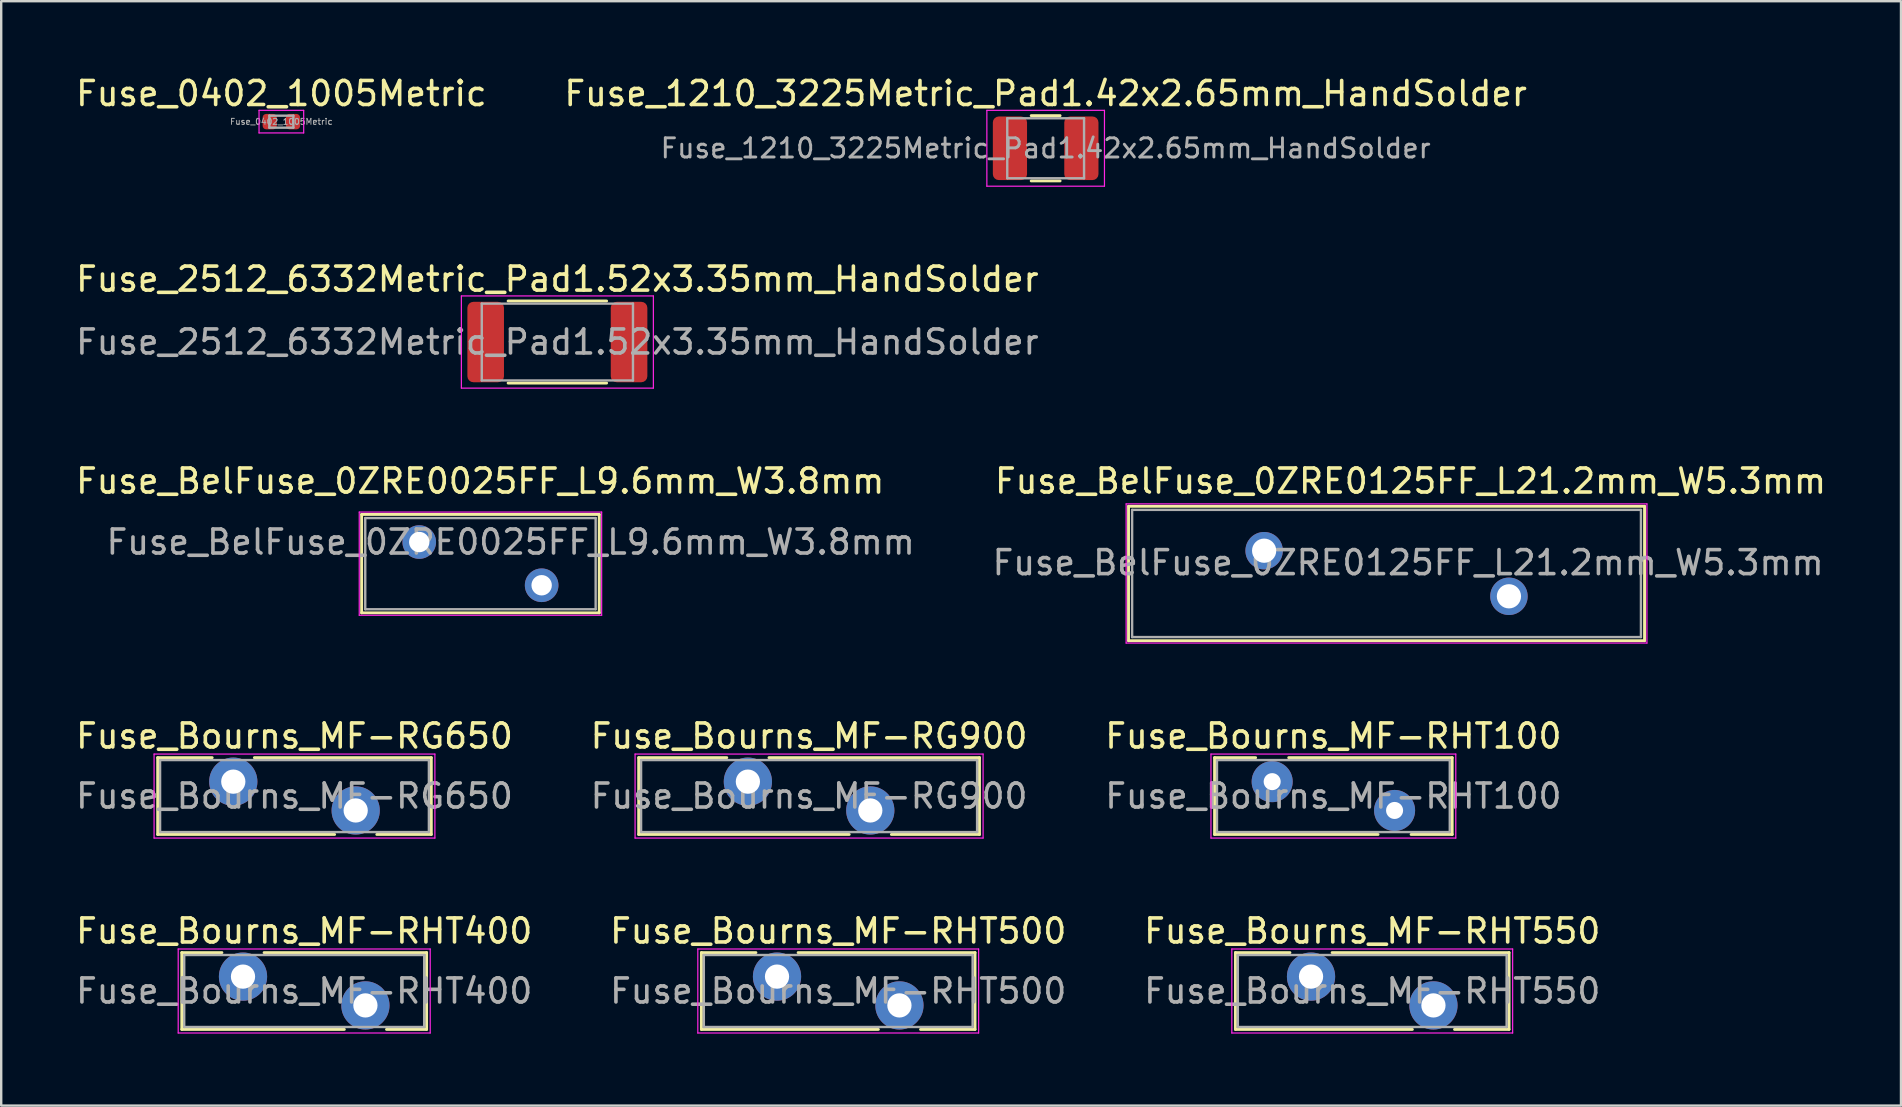
<source format=kicad_pcb>
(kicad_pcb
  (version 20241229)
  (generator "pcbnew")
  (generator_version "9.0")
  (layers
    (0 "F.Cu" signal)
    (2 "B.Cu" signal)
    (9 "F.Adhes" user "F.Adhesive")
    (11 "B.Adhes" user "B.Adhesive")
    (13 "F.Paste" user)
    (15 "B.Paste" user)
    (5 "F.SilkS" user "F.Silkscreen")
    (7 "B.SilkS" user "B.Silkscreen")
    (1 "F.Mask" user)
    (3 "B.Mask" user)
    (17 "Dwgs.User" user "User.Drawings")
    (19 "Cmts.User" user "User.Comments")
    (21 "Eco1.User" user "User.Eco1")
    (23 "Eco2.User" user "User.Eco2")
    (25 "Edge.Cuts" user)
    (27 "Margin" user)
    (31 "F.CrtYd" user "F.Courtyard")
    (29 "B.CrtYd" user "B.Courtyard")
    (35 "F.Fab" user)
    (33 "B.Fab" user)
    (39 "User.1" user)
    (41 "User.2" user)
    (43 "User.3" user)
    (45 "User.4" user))
  (footprint "Fuse_Bourns_MF-RHT550"
    (layer "F.Cu")
    (at 51.575 37.641)
    (property "Reference" "Fuse_Bourns_MF-RHT550" (at 2.55 -1.9 0) (layer "F.SilkS") (effects (font (size 1 1) (thickness 0.15))))
    (attr through_hole)
    (fp_line (start -3.15 -1) (end -3.15 2.2) (stroke (width 0.12) (type solid)) (layer "F.SilkS"))
    (fp_line (start -3.15 -1) (end -0.879 -1) (stroke (width 0.12) (type solid)) (layer "F.SilkS"))
    (fp_line (start -3.15 2.2) (end 4.222 2.2) (stroke (width 0.12) (type solid)) (layer "F.SilkS"))
    (fp_line (start 0.879 -1) (end 8.25 -1) (stroke (width 0.12) (type solid)) (layer "F.SilkS"))
    (fp_line (start 5.979 2.2) (end 8.25 2.2) (stroke (width 0.12) (type solid)) (layer "F.SilkS"))
    (fp_line (start 8.25 -1) (end 8.25 2.2) (stroke (width 0.12) (type solid)) (layer "F.SilkS"))
    (fp_line (start -3.3 -1.15) (end -3.3 2.35) (stroke (width 0.05) (type solid)) (layer "F.CrtYd"))
    (fp_line (start -3.3 2.35) (end 8.4 2.35) (stroke (width 0.05) (type solid)) (layer "F.CrtYd"))
    (fp_line (start 8.4 -1.15) (end -3.3 -1.15) (stroke (width 0.05) (type solid)) (layer "F.CrtYd"))
    (fp_line (start 8.4 2.35) (end 8.4 -1.15) (stroke (width 0.05) (type solid)) (layer "F.CrtYd"))
    (fp_line (start -3.05 -0.9) (end -3.05 2.1) (stroke (width 0.1) (type solid)) (layer "F.Fab"))
    (fp_line (start -3.05 2.1) (end 8.15 2.1) (stroke (width 0.1) (type solid)) (layer "F.Fab"))
    (fp_line (start 8.15 -0.9) (end -3.05 -0.9) (stroke (width 0.1) (type solid)) (layer "F.Fab"))
    (fp_line (start 8.15 2.1) (end 8.15 -0.9) (stroke (width 0.1) (type solid)) (layer "F.Fab"))
    (fp_text user "${REFERENCE}" (at 2.55 0.6 0) (layer "F.Fab") (effects (font (size 1 1) (thickness 0.15))))
    (pad "1" thru_hole circle (at 0 0) (size 2.01 2.01) (drill 1.01) (layers "*.Cu" "*.Mask"))
    (pad "2" thru_hole circle (at 5.1 1.2) (size 2.01 2.01) (drill 1.01) (layers "*.Cu" "*.Mask")))
  (footprint "Fuse_0402_1005Metric"
    (layer "F.Cu")
    (at 8.673 2.018)
    (property "Reference" "Fuse_0402_1005Metric" (at 0 -1.17 0) (layer "F.SilkS") (effects (font (size 1 1) (thickness 0.15))))
    (attr smd)
    (fp_line (start -0.93 -0.47) (end 0.93 -0.47) (stroke (width 0.05) (type solid)) (layer "F.CrtYd"))
    (fp_line (start -0.93 0.47) (end -0.93 -0.47) (stroke (width 0.05) (type solid)) (layer "F.CrtYd"))
    (fp_line (start 0.93 -0.47) (end 0.93 0.47) (stroke (width 0.05) (type solid)) (layer "F.CrtYd"))
    (fp_line (start 0.93 0.47) (end -0.93 0.47) (stroke (width 0.05) (type solid)) (layer "F.CrtYd"))
    (fp_line (start -0.5 -0.25) (end 0.5 -0.25) (stroke (width 0.1) (type solid)) (layer "F.Fab"))
    (fp_line (start -0.5 0.25) (end -0.5 -0.25) (stroke (width 0.1) (type solid)) (layer "F.Fab"))
    (fp_line (start 0.5 -0.25) (end 0.5 0.25) (stroke (width 0.1) (type solid)) (layer "F.Fab"))
    (fp_line (start 0.5 0.25) (end -0.5 0.25) (stroke (width 0.1) (type solid)) (layer "F.Fab"))
    (fp_text user "${REFERENCE}" (at 0 0 0) (layer "F.Fab") (effects (font (size 0.25 0.25) (thickness 0.04))))
    (pad "1" smd roundrect (at -0.485 0) (size 0.59 0.64) (layers "F.Cu" "F.Mask" "F.Paste") (roundrect_rratio 0.25))
    (pad "2" smd roundrect (at 0.485 0) (size 0.59 0.64) (layers "F.Cu" "F.Mask" "F.Paste") (roundrect_rratio 0.25)))
  (footprint "Fuse_Bourns_MF-RHT100"
    (layer "F.Cu")
    (at 49.956 29.518)
    (property "Reference" "Fuse_Bourns_MF-RHT100" (at 2.55 -1.9 0) (layer "F.SilkS") (effects (font (size 1 1) (thickness 0.15))))
    (attr through_hole)
    (fp_line (start -2.4 -1) (end -2.4 2.2) (stroke (width 0.12) (type solid)) (layer "F.SilkS"))
    (fp_line (start -2.4 -1) (end -0.689 -1) (stroke (width 0.12) (type solid)) (layer "F.SilkS"))
    (fp_line (start -2.4 2.2) (end 4.412 2.2) (stroke (width 0.12) (type solid)) (layer "F.SilkS"))
    (fp_line (start 0.689 -1) (end 7.5 -1) (stroke (width 0.12) (type solid)) (layer "F.SilkS"))
    (fp_line (start 5.789 2.2) (end 7.5 2.2) (stroke (width 0.12) (type solid)) (layer "F.SilkS"))
    (fp_line (start 7.5 -1) (end 7.5 2.2) (stroke (width 0.12) (type solid)) (layer "F.SilkS"))
    (fp_line (start -2.55 -1.15) (end -2.55 2.35) (stroke (width 0.05) (type solid)) (layer "F.CrtYd"))
    (fp_line (start -2.55 2.35) (end 7.65 2.35) (stroke (width 0.05) (type solid)) (layer "F.CrtYd"))
    (fp_line (start 7.65 -1.15) (end -2.55 -1.15) (stroke (width 0.05) (type solid)) (layer "F.CrtYd"))
    (fp_line (start 7.65 2.35) (end 7.65 -1.15) (stroke (width 0.05) (type solid)) (layer "F.CrtYd"))
    (fp_line (start -2.3 -0.9) (end -2.3 2.1) (stroke (width 0.1) (type solid)) (layer "F.Fab"))
    (fp_line (start -2.3 2.1) (end 7.4 2.1) (stroke (width 0.1) (type solid)) (layer "F.Fab"))
    (fp_line (start 7.4 -0.9) (end -2.3 -0.9) (stroke (width 0.1) (type solid)) (layer "F.Fab"))
    (fp_line (start 7.4 2.1) (end 7.4 -0.9) (stroke (width 0.1) (type solid)) (layer "F.Fab"))
    (fp_text user "${REFERENCE}" (at 2.55 0.6 0) (layer "F.Fab") (effects (font (size 1 1) (thickness 0.15))))
    (pad "1" thru_hole circle (at 0 0) (size 1.71 1.71) (drill 0.71) (layers "*.Cu" "*.Mask"))
    (pad "2" thru_hole circle (at 5.1 1.2) (size 1.71 1.71) (drill 0.71) (layers "*.Cu" "*.Mask")))
  (footprint "Fuse_2512_6332Metric_Pad1.52x3.35mm_HandSolder"
    (layer "F.Cu")
    (at 20.173 11.201)
    (property "Reference" "Fuse_2512_6332Metric_Pad1.52x3.35mm_HandSolder" (at 0 -2.62 0) (layer "F.SilkS") (effects (font (size 1 1) (thickness 0.15))))
    (attr smd)
    (fp_line (start -2.052 -1.71) (end 2.052 -1.71) (stroke (width 0.12) (type solid)) (layer "F.SilkS"))
    (fp_line (start -2.052 1.71) (end 2.052 1.71) (stroke (width 0.12) (type solid)) (layer "F.SilkS"))
    (fp_line (start -4 -1.92) (end 4 -1.92) (stroke (width 0.05) (type solid)) (layer "F.CrtYd"))
    (fp_line (start -4 1.92) (end -4 -1.92) (stroke (width 0.05) (type solid)) (layer "F.CrtYd"))
    (fp_line (start 4 -1.92) (end 4 1.92) (stroke (width 0.05) (type solid)) (layer "F.CrtYd"))
    (fp_line (start 4 1.92) (end -4 1.92) (stroke (width 0.05) (type solid)) (layer "F.CrtYd"))
    (fp_line (start -3.15 -1.6) (end 3.15 -1.6) (stroke (width 0.1) (type solid)) (layer "F.Fab"))
    (fp_line (start -3.15 1.6) (end -3.15 -1.6) (stroke (width 0.1) (type solid)) (layer "F.Fab"))
    (fp_line (start 3.15 -1.6) (end 3.15 1.6) (stroke (width 0.1) (type solid)) (layer "F.Fab"))
    (fp_line (start 3.15 1.6) (end -3.15 1.6) (stroke (width 0.1) (type solid)) (layer "F.Fab"))
    (fp_text user "${REFERENCE}" (at 0 0 0) (layer "F.Fab") (effects (font (size 1 1) (thickness 0.15))))
    (pad "1" smd roundrect (at -2.987 0) (size 1.525 3.35) (layers "F.Cu" "F.Mask" "F.Paste") (roundrect_rratio 0.164))
    (pad "2" smd roundrect (at 2.987 0) (size 1.525 3.35) (layers "F.Cu" "F.Mask" "F.Paste") (roundrect_rratio 0.164)))
  (footprint "Fuse_BelFuse_0ZRE0025FF_L9.6mm_W3.8mm"
    (layer "F.Cu")
    (at 14.418 19.535)
    (property "Reference" "Fuse_BelFuse_0ZRE0025FF_L9.6mm_W3.8mm" (at 2.54 -2.54 0) (layer "F.SilkS") (effects (font (size 1 1) (thickness 0.15))))
    (attr through_hole)
    (fp_line (start -2.4 -1.15) (end -2.4 2.95) (stroke (width 0.12) (type solid)) (layer "F.SilkS"))
    (fp_line (start -2.4 -1.15) (end 7.5 -1.15) (stroke (width 0.12) (type solid)) (layer "F.SilkS"))
    (fp_line (start -2.4 2.95) (end 7.5 2.95) (stroke (width 0.12) (type solid)) (layer "F.SilkS"))
    (fp_line (start 7.5 -1.15) (end 7.5 2.95) (stroke (width 0.12) (type solid)) (layer "F.SilkS"))
    (fp_line (start -2.5 -1.25) (end -2.5 3.05) (stroke (width 0.05) (type solid)) (layer "F.CrtYd"))
    (fp_line (start -2.5 -1.25) (end 7.6 -1.25) (stroke (width 0.05) (type solid)) (layer "F.CrtYd"))
    (fp_line (start -2.5 3.05) (end 7.6 3.05) (stroke (width 0.05) (type solid)) (layer "F.CrtYd"))
    (fp_line (start 7.6 -1.25) (end 7.6 3.05) (stroke (width 0.05) (type solid)) (layer "F.CrtYd"))
    (fp_line (start -2.25 -1) (end -2.25 2.8) (stroke (width 0.1) (type solid)) (layer "F.Fab"))
    (fp_line (start -2.25 -1) (end 7.35 -1) (stroke (width 0.1) (type solid)) (layer "F.Fab"))
    (fp_line (start -2.25 2.8) (end 7.35 2.8) (stroke (width 0.1) (type solid)) (layer "F.Fab"))
    (fp_line (start 7.35 -1) (end 7.35 2.8) (stroke (width 0.1) (type solid)) (layer "F.Fab"))
    (fp_text user "${REFERENCE}" (at 3.81 0 0) (layer "F.Fab") (effects (font (size 1 1) (thickness 0.15))))
    (pad "1" thru_hole circle (at 0 0) (size 1.4 1.4) (drill 0.85) (layers "*.Cu" "*.Mask"))
    (pad "2" thru_hole circle (at 5.1 1.8) (size 1.4 1.4) (drill 0.85) (layers "*.Cu" "*.Mask")))
  (footprint "Fuse_BelFuse_0ZRE0125FF_L21.2mm_W5.3mm"
    (layer "F.Cu")
    (at 49.621 19.895)
    (property "Reference" "Fuse_BelFuse_0ZRE0125FF_L21.2mm_W5.3mm" (at 6.1 -2.9 0) (layer "F.SilkS") (effects (font (size 1 1) (thickness 0.15))))
    (attr through_hole)
    (fp_line (start -5.65 -1.85) (end -5.65 3.75) (stroke (width 0.12) (type solid)) (layer "F.SilkS"))
    (fp_line (start -5.65 -1.85) (end 15.85 -1.85) (stroke (width 0.12) (type solid)) (layer "F.SilkS"))
    (fp_line (start -5.65 3.75) (end 15.85 3.75) (stroke (width 0.12) (type solid)) (layer "F.SilkS"))
    (fp_line (start 15.85 -1.85) (end 15.85 3.75) (stroke (width 0.12) (type solid)) (layer "F.SilkS"))
    (fp_line (start -5.75 -1.95) (end -5.75 3.85) (stroke (width 0.05) (type solid)) (layer "F.CrtYd"))
    (fp_line (start -5.75 -1.95) (end 15.95 -1.95) (stroke (width 0.05) (type solid)) (layer "F.CrtYd"))
    (fp_line (start -5.75 3.85) (end 15.95 3.85) (stroke (width 0.05) (type solid)) (layer "F.CrtYd"))
    (fp_line (start 15.95 -1.95) (end 15.95 3.85) (stroke (width 0.05) (type solid)) (layer "F.CrtYd"))
    (fp_line (start -5.5 -1.7) (end -5.5 3.6) (stroke (width 0.1) (type solid)) (layer "F.Fab"))
    (fp_line (start -5.5 -1.7) (end 15.7 -1.7) (stroke (width 0.1) (type solid)) (layer "F.Fab"))
    (fp_line (start -5.5 3.6) (end 15.7 3.6) (stroke (width 0.1) (type solid)) (layer "F.Fab"))
    (fp_line (start 15.7 -1.7) (end 15.7 3.6) (stroke (width 0.1) (type solid)) (layer "F.Fab"))
    (fp_text user "${REFERENCE}" (at 6 0.5 0) (layer "F.Fab") (effects (font (size 1 1) (thickness 0.15))))
    (pad "1" thru_hole circle (at 0 0) (size 1.56 1.56) (drill 1.01) (layers "*.Cu" "*.Mask"))
    (pad "2" thru_hole circle (at 10.2 1.9) (size 1.56 1.56) (drill 1.01) (layers "*.Cu" "*.Mask")))
  (footprint "Fuse_Bourns_MF-RG650"
    (layer "F.Cu")
    (at 6.67 29.518)
    (property "Reference" "Fuse_Bourns_MF-RG650" (at 2.55 -1.9 0) (layer "F.SilkS") (effects (font (size 1 1) (thickness 0.15))))
    (attr through_hole)
    (fp_line (start -3.15 -1) (end -3.15 2.2) (stroke (width 0.12) (type solid)) (layer "F.SilkS"))
    (fp_line (start -3.15 -1) (end -0.879 -1) (stroke (width 0.12) (type solid)) (layer "F.SilkS"))
    (fp_line (start -3.15 2.2) (end 4.222 2.2) (stroke (width 0.12) (type solid)) (layer "F.SilkS"))
    (fp_line (start 0.879 -1) (end 8.25 -1) (stroke (width 0.12) (type solid)) (layer "F.SilkS"))
    (fp_line (start 5.979 2.2) (end 8.25 2.2) (stroke (width 0.12) (type solid)) (layer "F.SilkS"))
    (fp_line (start 8.25 -1) (end 8.25 2.2) (stroke (width 0.12) (type solid)) (layer "F.SilkS"))
    (fp_line (start -3.3 -1.15) (end -3.3 2.35) (stroke (width 0.05) (type solid)) (layer "F.CrtYd"))
    (fp_line (start -3.3 2.35) (end 8.4 2.35) (stroke (width 0.05) (type solid)) (layer "F.CrtYd"))
    (fp_line (start 8.4 -1.15) (end -3.3 -1.15) (stroke (width 0.05) (type solid)) (layer "F.CrtYd"))
    (fp_line (start 8.4 2.35) (end 8.4 -1.15) (stroke (width 0.05) (type solid)) (layer "F.CrtYd"))
    (fp_line (start -3.05 -0.9) (end -3.05 2.1) (stroke (width 0.1) (type solid)) (layer "F.Fab"))
    (fp_line (start -3.05 2.1) (end 8.15 2.1) (stroke (width 0.1) (type solid)) (layer "F.Fab"))
    (fp_line (start 8.15 -0.9) (end -3.05 -0.9) (stroke (width 0.1) (type solid)) (layer "F.Fab"))
    (fp_line (start 8.15 2.1) (end 8.15 -0.9) (stroke (width 0.1) (type solid)) (layer "F.Fab"))
    (fp_text user "${REFERENCE}" (at 2.55 0.6 0) (layer "F.Fab") (effects (font (size 1 1) (thickness 0.15))))
    (pad "1" thru_hole circle (at 0 0) (size 2.01 2.01) (drill 1.01) (layers "*.Cu" "*.Mask"))
    (pad "2" thru_hole circle (at 5.1 1.2) (size 2.01 2.01) (drill 1.01) (layers "*.Cu" "*.Mask")))
  (footprint "Fuse_Bourns_MF-RG900"
    (layer "F.Cu")
    (at 28.111 29.518)
    (property "Reference" "Fuse_Bourns_MF-RG900" (at 2.55 -1.9 0) (layer "F.SilkS") (effects (font (size 1 1) (thickness 0.15))))
    (attr through_hole)
    (fp_line (start -4.55 -1) (end -4.55 2.2) (stroke (width 0.12) (type solid)) (layer "F.SilkS"))
    (fp_line (start -4.55 -1) (end -0.879 -1) (stroke (width 0.12) (type solid)) (layer "F.SilkS"))
    (fp_line (start -4.55 2.2) (end 4.222 2.2) (stroke (width 0.12) (type solid)) (layer "F.SilkS"))
    (fp_line (start 0.879 -1) (end 9.65 -1) (stroke (width 0.12) (type solid)) (layer "F.SilkS"))
    (fp_line (start 5.979 2.2) (end 9.65 2.2) (stroke (width 0.12) (type solid)) (layer "F.SilkS"))
    (fp_line (start 9.65 -1) (end 9.65 2.2) (stroke (width 0.12) (type solid)) (layer "F.SilkS"))
    (fp_line (start -4.7 -1.15) (end -4.7 2.35) (stroke (width 0.05) (type solid)) (layer "F.CrtYd"))
    (fp_line (start -4.7 2.35) (end 9.8 2.35) (stroke (width 0.05) (type solid)) (layer "F.CrtYd"))
    (fp_line (start 9.8 -1.15) (end -4.7 -1.15) (stroke (width 0.05) (type solid)) (layer "F.CrtYd"))
    (fp_line (start 9.8 2.35) (end 9.8 -1.15) (stroke (width 0.05) (type solid)) (layer "F.CrtYd"))
    (fp_line (start -4.45 -0.9) (end -4.45 2.1) (stroke (width 0.1) (type solid)) (layer "F.Fab"))
    (fp_line (start -4.45 2.1) (end 9.55 2.1) (stroke (width 0.1) (type solid)) (layer "F.Fab"))
    (fp_line (start 9.55 -0.9) (end -4.45 -0.9) (stroke (width 0.1) (type solid)) (layer "F.Fab"))
    (fp_line (start 9.55 2.1) (end 9.55 -0.9) (stroke (width 0.1) (type solid)) (layer "F.Fab"))
    (fp_text user "${REFERENCE}" (at 2.55 0.6 0) (layer "F.Fab") (effects (font (size 1 1) (thickness 0.15))))
    (pad "1" thru_hole circle (at 0 0) (size 2.01 2.01) (drill 1.01) (layers "*.Cu" "*.Mask"))
    (pad "2" thru_hole circle (at 5.1 1.2) (size 2.01 2.01) (drill 1.01) (layers "*.Cu" "*.Mask")))
  (footprint "Fuse_Bourns_MF-RHT400"
    (layer "F.Cu")
    (at 7.075 37.641)
    (property "Reference" "Fuse_Bourns_MF-RHT400" (at 2.55 -1.9 0) (layer "F.SilkS") (effects (font (size 1 1) (thickness 0.15))))
    (attr through_hole)
    (fp_line (start -2.55 -1) (end -2.55 2.2) (stroke (width 0.12) (type solid)) (layer "F.SilkS"))
    (fp_line (start -2.55 -1) (end -0.879 -1) (stroke (width 0.12) (type solid)) (layer "F.SilkS"))
    (fp_line (start -2.55 2.2) (end 4.222 2.2) (stroke (width 0.12) (type solid)) (layer "F.SilkS"))
    (fp_line (start 0.879 -1) (end 7.65 -1) (stroke (width 0.12) (type solid)) (layer "F.SilkS"))
    (fp_line (start 5.979 2.2) (end 7.65 2.2) (stroke (width 0.12) (type solid)) (layer "F.SilkS"))
    (fp_line (start 7.65 -1) (end 7.65 2.2) (stroke (width 0.12) (type solid)) (layer "F.SilkS"))
    (fp_line (start -2.7 -1.15) (end -2.7 2.35) (stroke (width 0.05) (type solid)) (layer "F.CrtYd"))
    (fp_line (start -2.7 2.35) (end 7.8 2.35) (stroke (width 0.05) (type solid)) (layer "F.CrtYd"))
    (fp_line (start 7.8 -1.15) (end -2.7 -1.15) (stroke (width 0.05) (type solid)) (layer "F.CrtYd"))
    (fp_line (start 7.8 2.35) (end 7.8 -1.15) (stroke (width 0.05) (type solid)) (layer "F.CrtYd"))
    (fp_line (start -2.45 -0.9) (end -2.45 2.1) (stroke (width 0.1) (type solid)) (layer "F.Fab"))
    (fp_line (start -2.45 2.1) (end 7.55 2.1) (stroke (width 0.1) (type solid)) (layer "F.Fab"))
    (fp_line (start 7.55 -0.9) (end -2.45 -0.9) (stroke (width 0.1) (type solid)) (layer "F.Fab"))
    (fp_line (start 7.55 2.1) (end 7.55 -0.9) (stroke (width 0.1) (type solid)) (layer "F.Fab"))
    (fp_text user "${REFERENCE}" (at 2.55 0.6 0) (layer "F.Fab") (effects (font (size 1 1) (thickness 0.15))))
    (pad "1" thru_hole circle (at 0 0) (size 2.01 2.01) (drill 1.01) (layers "*.Cu" "*.Mask"))
    (pad "2" thru_hole circle (at 5.1 1.2) (size 2.01 2.01) (drill 1.01) (layers "*.Cu" "*.Mask")))
  (footprint "Fuse_1210_3225Metric_Pad1.42x2.65mm_HandSolder"
    (layer "F.Cu")
    (at 40.518 3.128)
    (property "Reference" "Fuse_1210_3225Metric_Pad1.42x2.65mm_HandSolder" (at 0 -2.28 0) (layer "F.SilkS") (effects (font (size 1 1) (thickness 0.15))))
    (attr smd)
    (fp_line (start -0.602 -1.36) (end 0.602 -1.36) (stroke (width 0.12) (type solid)) (layer "F.SilkS"))
    (fp_line (start -0.602 1.36) (end 0.602 1.36) (stroke (width 0.12) (type solid)) (layer "F.SilkS"))
    (fp_line (start -2.45 -1.58) (end 2.45 -1.58) (stroke (width 0.05) (type solid)) (layer "F.CrtYd"))
    (fp_line (start -2.45 1.58) (end -2.45 -1.58) (stroke (width 0.05) (type solid)) (layer "F.CrtYd"))
    (fp_line (start 2.45 -1.58) (end 2.45 1.58) (stroke (width 0.05) (type solid)) (layer "F.CrtYd"))
    (fp_line (start 2.45 1.58) (end -2.45 1.58) (stroke (width 0.05) (type solid)) (layer "F.CrtYd"))
    (fp_line (start -1.6 -1.25) (end 1.6 -1.25) (stroke (width 0.1) (type solid)) (layer "F.Fab"))
    (fp_line (start -1.6 1.25) (end -1.6 -1.25) (stroke (width 0.1) (type solid)) (layer "F.Fab"))
    (fp_line (start 1.6 -1.25) (end 1.6 1.25) (stroke (width 0.1) (type solid)) (layer "F.Fab"))
    (fp_line (start 1.6 1.25) (end -1.6 1.25) (stroke (width 0.1) (type solid)) (layer "F.Fab"))
    (fp_text user "${REFERENCE}" (at 0 0 0) (layer "F.Fab") (effects (font (size 0.8 0.8) (thickness 0.12))))
    (pad "1" smd roundrect (at -1.488 0) (size 1.425 2.65) (layers "F.Cu" "F.Mask" "F.Paste") (roundrect_rratio 0.175))
    (pad "2" smd roundrect (at 1.488 0) (size 1.425 2.65) (layers "F.Cu" "F.Mask" "F.Paste") (roundrect_rratio 0.175)))
  (footprint "Fuse_Bourns_MF-RHT500"
    (layer "F.Cu")
    (at 29.325 37.641)
    (property "Reference" "Fuse_Bourns_MF-RHT500" (at 2.55 -1.9 0) (layer "F.SilkS") (effects (font (size 1 1) (thickness 0.15))))
    (attr through_hole)
    (fp_line (start -3.15 -1) (end -3.15 2.2) (stroke (width 0.12) (type solid)) (layer "F.SilkS"))
    (fp_line (start -3.15 -1) (end -0.879 -1) (stroke (width 0.12) (type solid)) (layer "F.SilkS"))
    (fp_line (start -3.15 2.2) (end 4.222 2.2) (stroke (width 0.12) (type solid)) (layer "F.SilkS"))
    (fp_line (start 0.879 -1) (end 8.25 -1) (stroke (width 0.12) (type solid)) (layer "F.SilkS"))
    (fp_line (start 5.979 2.2) (end 8.25 2.2) (stroke (width 0.12) (type solid)) (layer "F.SilkS"))
    (fp_line (start 8.25 -1) (end 8.25 2.2) (stroke (width 0.12) (type solid)) (layer "F.SilkS"))
    (fp_line (start -3.3 -1.15) (end -3.3 2.35) (stroke (width 0.05) (type solid)) (layer "F.CrtYd"))
    (fp_line (start -3.3 2.35) (end 8.4 2.35) (stroke (width 0.05) (type solid)) (layer "F.CrtYd"))
    (fp_line (start 8.4 -1.15) (end -3.3 -1.15) (stroke (width 0.05) (type solid)) (layer "F.CrtYd"))
    (fp_line (start 8.4 2.35) (end 8.4 -1.15) (stroke (width 0.05) (type solid)) (layer "F.CrtYd"))
    (fp_line (start -3.05 -0.9) (end -3.05 2.1) (stroke (width 0.1) (type solid)) (layer "F.Fab"))
    (fp_line (start -3.05 2.1) (end 8.15 2.1) (stroke (width 0.1) (type solid)) (layer "F.Fab"))
    (fp_line (start 8.15 -0.9) (end -3.05 -0.9) (stroke (width 0.1) (type solid)) (layer "F.Fab"))
    (fp_line (start 8.15 2.1) (end 8.15 -0.9) (stroke (width 0.1) (type solid)) (layer "F.Fab"))
    (fp_text user "${REFERENCE}" (at 2.55 0.6 0) (layer "F.Fab") (effects (font (size 1 1) (thickness 0.15))))
    (pad "1" thru_hole circle (at 0 0) (size 2.01 2.01) (drill 1.01) (layers "*.Cu" "*.Mask"))
    (pad "2" thru_hole circle (at 5.1 1.2) (size 2.01 2.01) (drill 1.01) (layers "*.Cu" "*.Mask")))
  (gr_rect
    (start -3 -3)
    (end 76.156 43.016)
    (stroke (width 0.1) (type default))
    (fill no)
    (layer "Edge.Cuts")))
</source>
